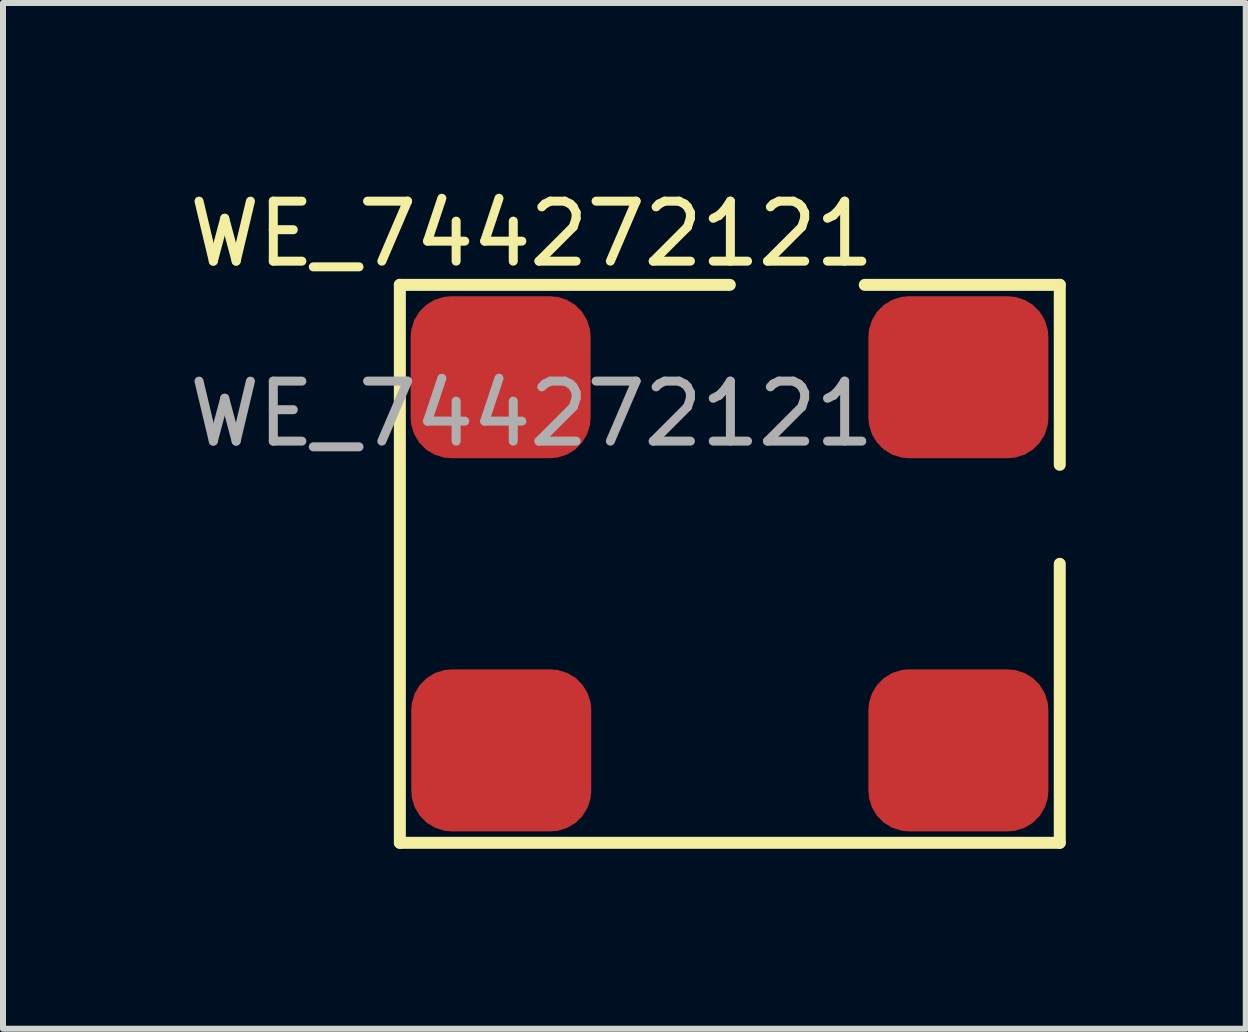
<source format=kicad_pcb>
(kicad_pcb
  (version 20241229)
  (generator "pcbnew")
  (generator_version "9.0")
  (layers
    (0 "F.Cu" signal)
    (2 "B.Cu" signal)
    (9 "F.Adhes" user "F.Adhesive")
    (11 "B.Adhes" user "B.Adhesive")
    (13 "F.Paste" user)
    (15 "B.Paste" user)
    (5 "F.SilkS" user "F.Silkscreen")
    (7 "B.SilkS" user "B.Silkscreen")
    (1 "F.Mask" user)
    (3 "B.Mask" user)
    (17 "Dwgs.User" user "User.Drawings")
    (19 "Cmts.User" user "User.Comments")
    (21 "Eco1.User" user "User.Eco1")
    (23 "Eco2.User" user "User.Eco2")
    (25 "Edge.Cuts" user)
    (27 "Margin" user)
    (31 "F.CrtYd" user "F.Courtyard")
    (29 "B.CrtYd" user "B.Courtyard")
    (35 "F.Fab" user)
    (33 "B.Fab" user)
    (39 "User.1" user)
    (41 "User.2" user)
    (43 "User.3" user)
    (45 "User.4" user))
  (footprint "WE_744272121"
    (layer "F.Cu")
    (at 9.115 6.348)
    (property "Reference" "WE_744272121" (at -3.3 -5.5 0) (unlocked yes) (layer "F.SilkS") (effects (font (size 1 1) (thickness 0.15))))
    (attr smd)
    (fp_line (start -5.5 -4.65) (end 0 -4.65) (stroke (width 0.2) (type default)) (layer "F.SilkS"))
    (fp_line (start -5.5 4.65) (end -5.5 -4.65) (stroke (width 0.2) (type default)) (layer "F.SilkS"))
    (fp_line (start 2.25 -4.65) (end 5.5 -4.65) (stroke (width 0.2) (type default)) (layer "F.SilkS"))
    (fp_line (start 5.5 -4.65) (end 5.5 -1.65) (stroke (width 0.2) (type default)) (layer "F.SilkS"))
    (fp_line (start 5.5 4.65) (end -5.5 4.65) (stroke (width 0.2) (type default)) (layer "F.SilkS"))
    (fp_line (start 5.5 4.65) (end 5.5 0) (stroke (width 0.2) (type default)) (layer "F.SilkS"))
    (fp_text user "${REFERENCE}" (at -3.3 -2.5 0) (unlocked yes) (layer "F.Fab") (effects (font (size 1 1) (thickness 0.15))))
    (pad "1" smd roundrect (at 3.81 -3.11) (size 3 2.7) (layers "F.Cu" "F.Mask" "F.Paste") (roundrect_rratio 0.25))
    (pad "2" smd roundrect (at -3.82 -3.11) (size 3 2.7) (layers "F.Cu" "F.Mask" "F.Paste") (roundrect_rratio 0.25))
    (pad "3" smd roundrect (at -3.81 3.11) (size 3 2.7) (layers "F.Cu" "F.Mask" "F.Paste") (roundrect_rratio 0.25))
    (pad "4" smd roundrect (at 3.81 3.11) (size 3 2.7) (layers "F.Cu" "F.Mask" "F.Paste") (roundrect_rratio 0.25)))
  (gr_rect
    (start -3 -3)
    (end 17.715 14.098)
    (stroke (width 0.1) (type default))
    (fill no)
    (layer "Edge.Cuts")))
</source>
